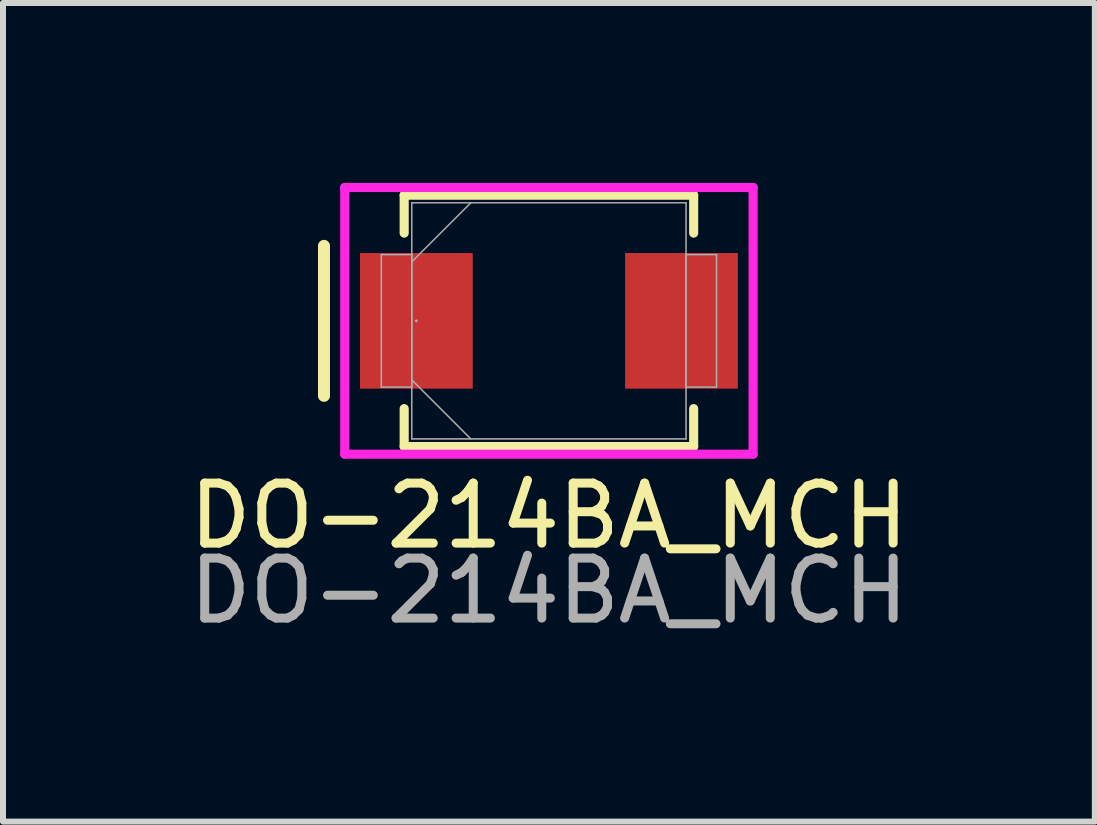
<source format=kicad_pcb>
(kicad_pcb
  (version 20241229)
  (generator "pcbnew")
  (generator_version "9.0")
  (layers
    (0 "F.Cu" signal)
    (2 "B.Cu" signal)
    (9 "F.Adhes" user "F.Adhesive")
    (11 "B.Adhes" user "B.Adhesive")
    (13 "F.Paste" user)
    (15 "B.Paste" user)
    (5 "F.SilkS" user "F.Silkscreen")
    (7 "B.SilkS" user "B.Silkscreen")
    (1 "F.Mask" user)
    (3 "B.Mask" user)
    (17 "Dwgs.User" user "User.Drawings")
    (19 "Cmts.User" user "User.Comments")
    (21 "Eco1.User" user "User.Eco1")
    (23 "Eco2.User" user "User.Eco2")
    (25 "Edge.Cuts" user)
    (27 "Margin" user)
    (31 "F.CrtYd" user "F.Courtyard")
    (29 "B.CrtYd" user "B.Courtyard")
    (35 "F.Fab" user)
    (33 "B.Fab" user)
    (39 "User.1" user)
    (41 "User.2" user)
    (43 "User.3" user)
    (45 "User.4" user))
  (footprint "DO-214BA_MCH"
    (layer "F.Cu")
    (at 6.101 2.299)
    (property "Reference" "DO-214BA_MCH" (at 0 3.25 0) (unlocked yes) (layer "F.SilkS") (effects (font (size 1 1) (thickness 0.15))))
    (attr smd)
    (fp_line (start -3.75 -1.25) (end -3.75 1.25) (stroke (width 0.2) (type solid)) (layer "F.SilkS"))
    (fp_line (start -2.413 -2.095) (end -2.413 -1.463) (stroke (width 0.152) (type solid)) (layer "F.SilkS"))
    (fp_line (start -2.413 1.463) (end -2.413 2.095) (stroke (width 0.152) (type solid)) (layer "F.SilkS"))
    (fp_line (start -2.413 2.095) (end 2.413 2.095) (stroke (width 0.152) (type solid)) (layer "F.SilkS"))
    (fp_line (start 2.413 -2.095) (end -2.413 -2.095) (stroke (width 0.152) (type solid)) (layer "F.SilkS"))
    (fp_line (start 2.413 -1.463) (end 2.413 -2.095) (stroke (width 0.152) (type solid)) (layer "F.SilkS"))
    (fp_line (start 2.413 2.095) (end 2.413 1.463) (stroke (width 0.152) (type solid)) (layer "F.SilkS"))
    (fp_line (start -3.404 -2.223) (end 3.404 -2.223) (stroke (width 0.152) (type solid)) (layer "F.CrtYd"))
    (fp_line (start -3.404 2.223) (end -3.404 -2.223) (stroke (width 0.152) (type solid)) (layer "F.CrtYd"))
    (fp_line (start 3.404 -2.223) (end 3.404 2.223) (stroke (width 0.152) (type solid)) (layer "F.CrtYd"))
    (fp_line (start 3.404 2.223) (end -3.404 2.223) (stroke (width 0.152) (type solid)) (layer "F.CrtYd"))
    (fp_line (start -2.794 -1.105) (end -2.794 1.105) (stroke (width 0.025) (type solid)) (layer "F.Fab"))
    (fp_line (start -2.794 1.105) (end -2.286 1.105) (stroke (width 0.025) (type solid)) (layer "F.Fab"))
    (fp_line (start -2.286 -1.968) (end -2.286 1.968) (stroke (width 0.025) (type solid)) (layer "F.Fab"))
    (fp_line (start -2.286 -1.105) (end -2.794 -1.105) (stroke (width 0.025) (type solid)) (layer "F.Fab"))
    (fp_line (start -2.286 -0.984) (end -1.302 -1.968) (stroke (width 0.025) (type solid)) (layer "F.Fab"))
    (fp_line (start -2.286 0.984) (end -1.302 1.968) (stroke (width 0.025) (type solid)) (layer "F.Fab"))
    (fp_line (start -2.286 1.105) (end -2.286 -1.105) (stroke (width 0.025) (type solid)) (layer "F.Fab"))
    (fp_line (start -2.286 1.968) (end 2.286 1.968) (stroke (width 0.025) (type solid)) (layer "F.Fab"))
    (fp_line (start 2.286 -1.968) (end -2.286 -1.968) (stroke (width 0.025) (type solid)) (layer "F.Fab"))
    (fp_line (start 2.286 -1.105) (end 2.286 1.105) (stroke (width 0.025) (type solid)) (layer "F.Fab"))
    (fp_line (start 2.286 1.105) (end 2.794 1.105) (stroke (width 0.025) (type solid)) (layer "F.Fab"))
    (fp_line (start 2.286 1.968) (end 2.286 -1.968) (stroke (width 0.025) (type solid)) (layer "F.Fab"))
    (fp_line (start 2.794 -1.105) (end 2.286 -1.105) (stroke (width 0.025) (type solid)) (layer "F.Fab"))
    (fp_line (start 2.794 1.105) (end 2.794 -1.105) (stroke (width 0.025) (type solid)) (layer "F.Fab"))
    (fp_circle (center -2.21 0) (end -2.21 0) (stroke (width 0.025) (type solid)) (fill no) (layer "F.Fab"))
    (fp_text user "${REFERENCE}" (at 0 4.5 0) (unlocked yes) (layer "F.Fab") (effects (font (size 1 1) (thickness 0.15))))
    (pad "1" smd rect (at -2.21 0) (size 1.88 2.261) (layers "F.Cu" "F.Mask" "F.Paste"))
    (pad "2" smd rect (at 2.21 0) (size 1.88 2.261) (layers "F.Cu" "F.Mask" "F.Paste"))
    (zone (net_name "") (layer "F.Cu") (hatch full 0.508) (connect_pads) (min_thickness 0.254) (filled_areas_thickness no) (keepout (tracks not_allowed) (vias not_allowed) (pads allowed) (copperpour not_allowed) (footprints allowed)) (placement (enabled no)) (fill) (polygon (pts (xy 4.882 0.381) (xy 7.32 0.381) (xy 7.32 4.216) (xy 4.882 4.216)))))
  (gr_rect
    (start -3 -3)
    (end 15.202 10.647)
    (stroke (width 0.1) (type default))
    (fill no)
    (layer "Edge.Cuts")))
</source>
